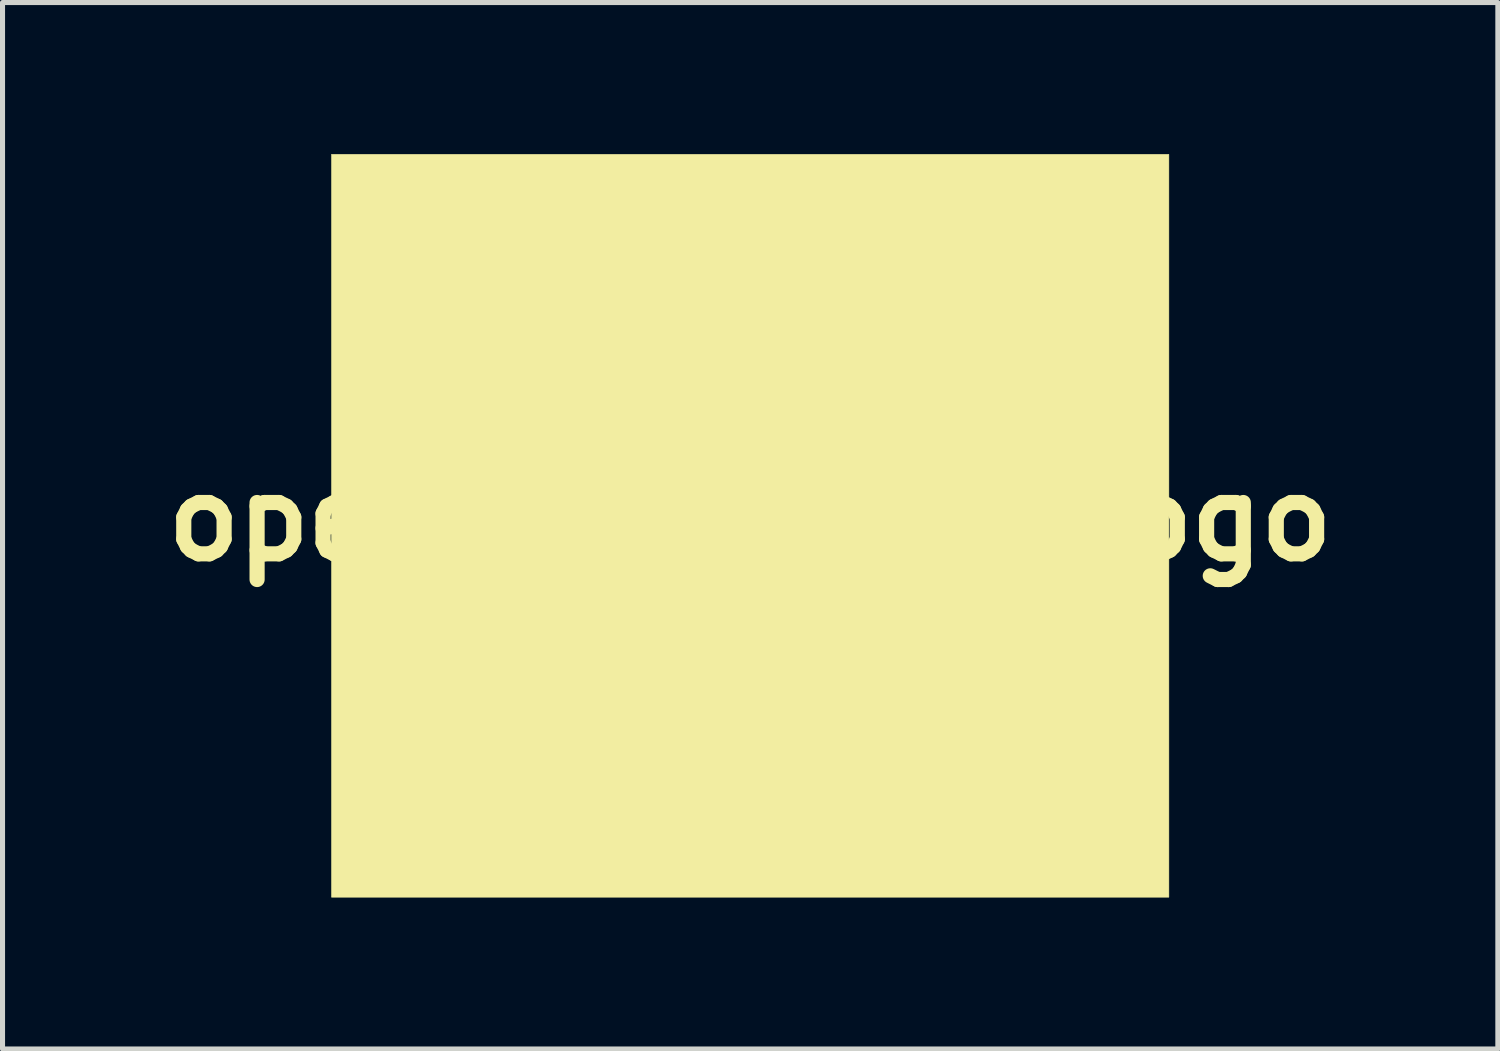
<source format=kicad_pcb>
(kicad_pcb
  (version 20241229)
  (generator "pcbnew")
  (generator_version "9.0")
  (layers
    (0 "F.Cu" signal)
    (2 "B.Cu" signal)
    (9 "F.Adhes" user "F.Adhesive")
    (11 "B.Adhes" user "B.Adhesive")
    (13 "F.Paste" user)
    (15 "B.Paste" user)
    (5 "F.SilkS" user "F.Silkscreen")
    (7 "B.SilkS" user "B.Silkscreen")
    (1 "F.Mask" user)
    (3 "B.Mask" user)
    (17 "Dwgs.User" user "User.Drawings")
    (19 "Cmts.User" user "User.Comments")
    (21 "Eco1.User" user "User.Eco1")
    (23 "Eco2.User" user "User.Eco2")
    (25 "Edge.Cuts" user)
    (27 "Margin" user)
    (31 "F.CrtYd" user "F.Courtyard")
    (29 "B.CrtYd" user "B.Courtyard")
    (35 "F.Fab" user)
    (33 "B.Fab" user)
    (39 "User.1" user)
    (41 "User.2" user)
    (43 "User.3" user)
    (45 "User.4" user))
  (footprint "open_hardware_logo"
    (layer "F.Cu")
    (at 11.8 7.224)
    (property "Reference" "open_hardware_logo" (at 0 0 0) (layer "F.SilkS") (effects (font (size 1.524 1.524) (thickness 0.3))))
    (attr through_hole)
    (fp_poly (pts (xy 8.288 7.486) (xy -8.288 7.486) (xy -8.288 -7.219) (xy 8.288 -7.219) (xy 8.288 7.486)) (stroke (width 0.01) (type solid)) (fill yes) (layer "F.SilkS")))
  (gr_rect
    (start -3 -3)
    (end 26.6 17.715)
    (stroke (width 0.1) (type default))
    (fill no)
    (layer "Edge.Cuts")))
</source>
